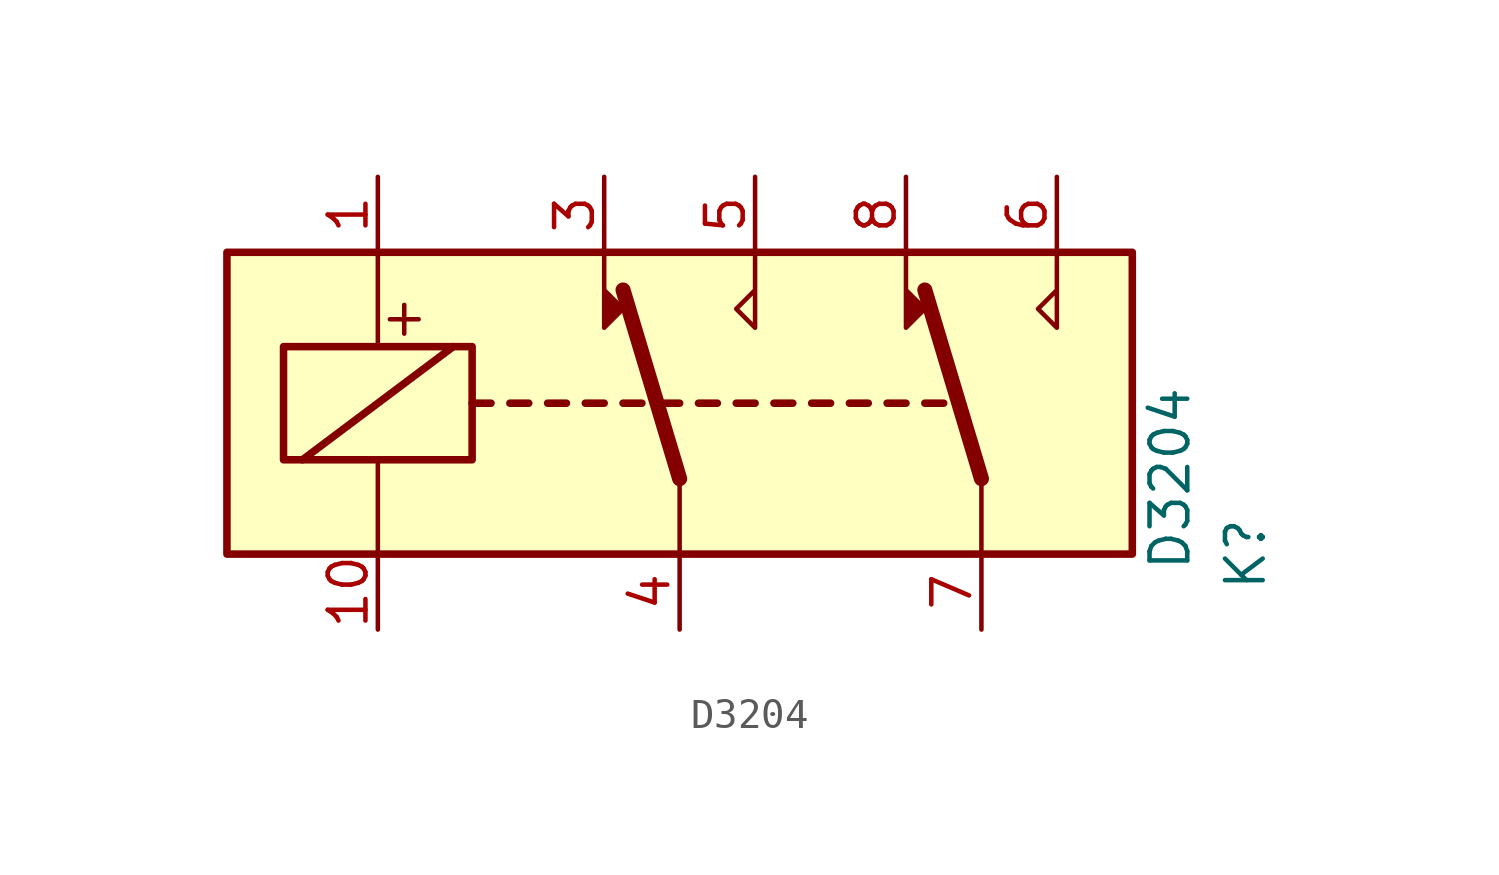
<source format=kicad_sym>
(kicad_symbol_lib
  (version 20211014)
  (generator kicad_symbol_editor)
  (symbol "D3204"
    (property "Reference" "K"
      (at 19.05 -5.08 90)
      (effects (font (size 1.27 1.27))))
    (property "Value" "D3204"
      (at 16.51 -2.54 90)
      (effects (font (size 1.27 1.27))))
    (symbol "D3204_0_0"
      (text "+" (at -9.271 2.921 0) (effects (font (size 1.27 1.27)))))
    (symbol "D3204_0_1"
      (rectangle (start -15.24 5.08) (end 15.24 -5.08) (stroke (width 0.254) (type default) (color 0 0 0 0)) (fill (type background)))
      (rectangle (start -13.335 1.905) (end -6.985 -1.905) (stroke (width 0.254) (type default) (color 0 0 0 0)) (fill (type none)))
      (polyline (pts (xy -12.7 -1.905) (xy -7.62 1.905)) (stroke (width 0.254) (type default) (color 0 0 0 0)) (fill (type none)))
      (polyline (pts (xy -10.16 -5.08) (xy -10.16 -1.905)) (stroke (width 0) (type default) (color 0 0 0 0)) (fill (type none)))
      (polyline (pts (xy -10.16 5.08) (xy -10.16 1.905)) (stroke (width 0) (type default) (color 0 0 0 0)) (fill (type none)))
      (polyline (pts (xy -6.985 0) (xy -6.35 0)) (stroke (width 0.254) (type default) (color 0 0 0 0)) (fill (type none)))
      (polyline (pts (xy -5.715 0) (xy -5.08 0)) (stroke (width 0.254) (type default) (color 0 0 0 0)) (fill (type none)))
      (polyline (pts (xy -4.445 0) (xy -3.81 0)) (stroke (width 0.254) (type default) (color 0 0 0 0)) (fill (type none)))
      (polyline (pts (xy -3.175 0) (xy -2.54 0)) (stroke (width 0.254) (type default) (color 0 0 0 0)) (fill (type none)))
      (polyline (pts (xy -1.905 0) (xy -1.27 0)) (stroke (width 0.254) (type default) (color 0 0 0 0)) (fill (type none)))
      (polyline (pts (xy -0.635 0) (xy 0 0)) (stroke (width 0.254) (type default) (color 0 0 0 0)) (fill (type none)))
      (polyline (pts (xy 0 -2.54) (xy -1.905 3.81)) (stroke (width 0.508) (type default) (color 0 0 0 0)) (fill (type none)))
      (polyline (pts (xy 0 -2.54) (xy 0 -5.08)) (stroke (width 0) (type default) (color 0 0 0 0)) (fill (type none)))
      (polyline (pts (xy 0.635 0) (xy 1.27 0)) (stroke (width 0.254) (type default) (color 0 0 0 0)) (fill (type none)))
      (polyline (pts (xy 1.905 0) (xy 2.54 0)) (stroke (width 0.254) (type default) (color 0 0 0 0)) (fill (type none)))
      (polyline (pts (xy 3.175 0) (xy 3.81 0)) (stroke (width 0.254) (type default) (color 0 0 0 0)) (fill (type none)))
      (polyline (pts (xy 4.445 0) (xy 5.08 0)) (stroke (width 0.254) (type default) (color 0 0 0 0)) (fill (type none)))
      (polyline (pts (xy 5.715 0) (xy 6.35 0)) (stroke (width 0.254) (type default) (color 0 0 0 0)) (fill (type none)))
      (polyline (pts (xy 6.985 0) (xy 7.62 0)) (stroke (width 0.254) (type default) (color 0 0 0 0)) (fill (type none)))
      (polyline (pts (xy 8.255 0) (xy 8.89 0)) (stroke (width 0.254) (type default) (color 0 0 0 0)) (fill (type none)))
      (polyline (pts (xy 10.16 -2.54) (xy 8.255 3.81)) (stroke (width 0.508) (type default) (color 0 0 0 0)) (fill (type none)))
      (polyline (pts (xy 10.16 -2.54) (xy 10.16 -5.08)) (stroke (width 0) (type default) (color 0 0 0 0)) (fill (type none)))
      (polyline (pts (xy -2.54 5.08) (xy -2.54 2.54) (xy -1.905 3.175) (xy -2.54 3.81)) (stroke (width 0) (type default) (color 0 0 0 0)) (fill (type outline)))
      (polyline (pts (xy 2.54 5.08) (xy 2.54 2.54) (xy 1.905 3.175) (xy 2.54 3.81)) (stroke (width 0) (type default) (color 0 0 0 0)) (fill (type none)))
      (polyline (pts (xy 7.62 5.08) (xy 7.62 2.54) (xy 8.255 3.175) (xy 7.62 3.81)) (stroke (width 0) (type default) (color 0 0 0 0)) (fill (type outline)))
      (polyline (pts (xy 12.7 5.08) (xy 12.7 2.54) (xy 12.065 3.175) (xy 12.7 3.81)) (stroke (width 0) (type default) (color 0 0 0 0)) (fill (type none))))
    (symbol "D3204_1_1"
      (pin passive line (at -10.16 7.62 270) (length 2.54) (name "~" (effects (font (size 1.27 1.27)))) (number "1" (effects (font (size 1.27 1.27)))))
      (pin passive line (at -10.16 -7.62 90) (length 2.54) (name "~" (effects (font (size 1.27 1.27)))) (number "10" (effects (font (size 1.27 1.27)))))
      (pin passive line (at -2.54 7.62 270) (length 2.54) (name "~" (effects (font (size 1.27 1.27)))) (number "3" (effects (font (size 1.27 1.27)))))
      (pin passive line (at 0 -7.62 90) (length 2.54) (name "~" (effects (font (size 1.27 1.27)))) (number "4" (effects (font (size 1.27 1.27)))))
      (pin passive line (at 2.54 7.62 270) (length 2.54) (name "~" (effects (font (size 1.27 1.27)))) (number "5" (effects (font (size 1.27 1.27)))))
      (pin passive line (at 12.7 7.62 270) (length 2.54) (name "~" (effects (font (size 1.27 1.27)))) (number "6" (effects (font (size 1.27 1.27)))))
      (pin passive line (at 10.16 -7.62 90) (length 2.54) (name "~" (effects (font (size 1.27 1.27)))) (number "7" (effects (font (size 1.27 1.27)))))
      (pin passive line (at 7.62 7.62 270) (length 2.54) (name "~" (effects (font (size 1.27 1.27)))) (number "8" (effects (font (size 1.27 1.27))))))))
</source>
